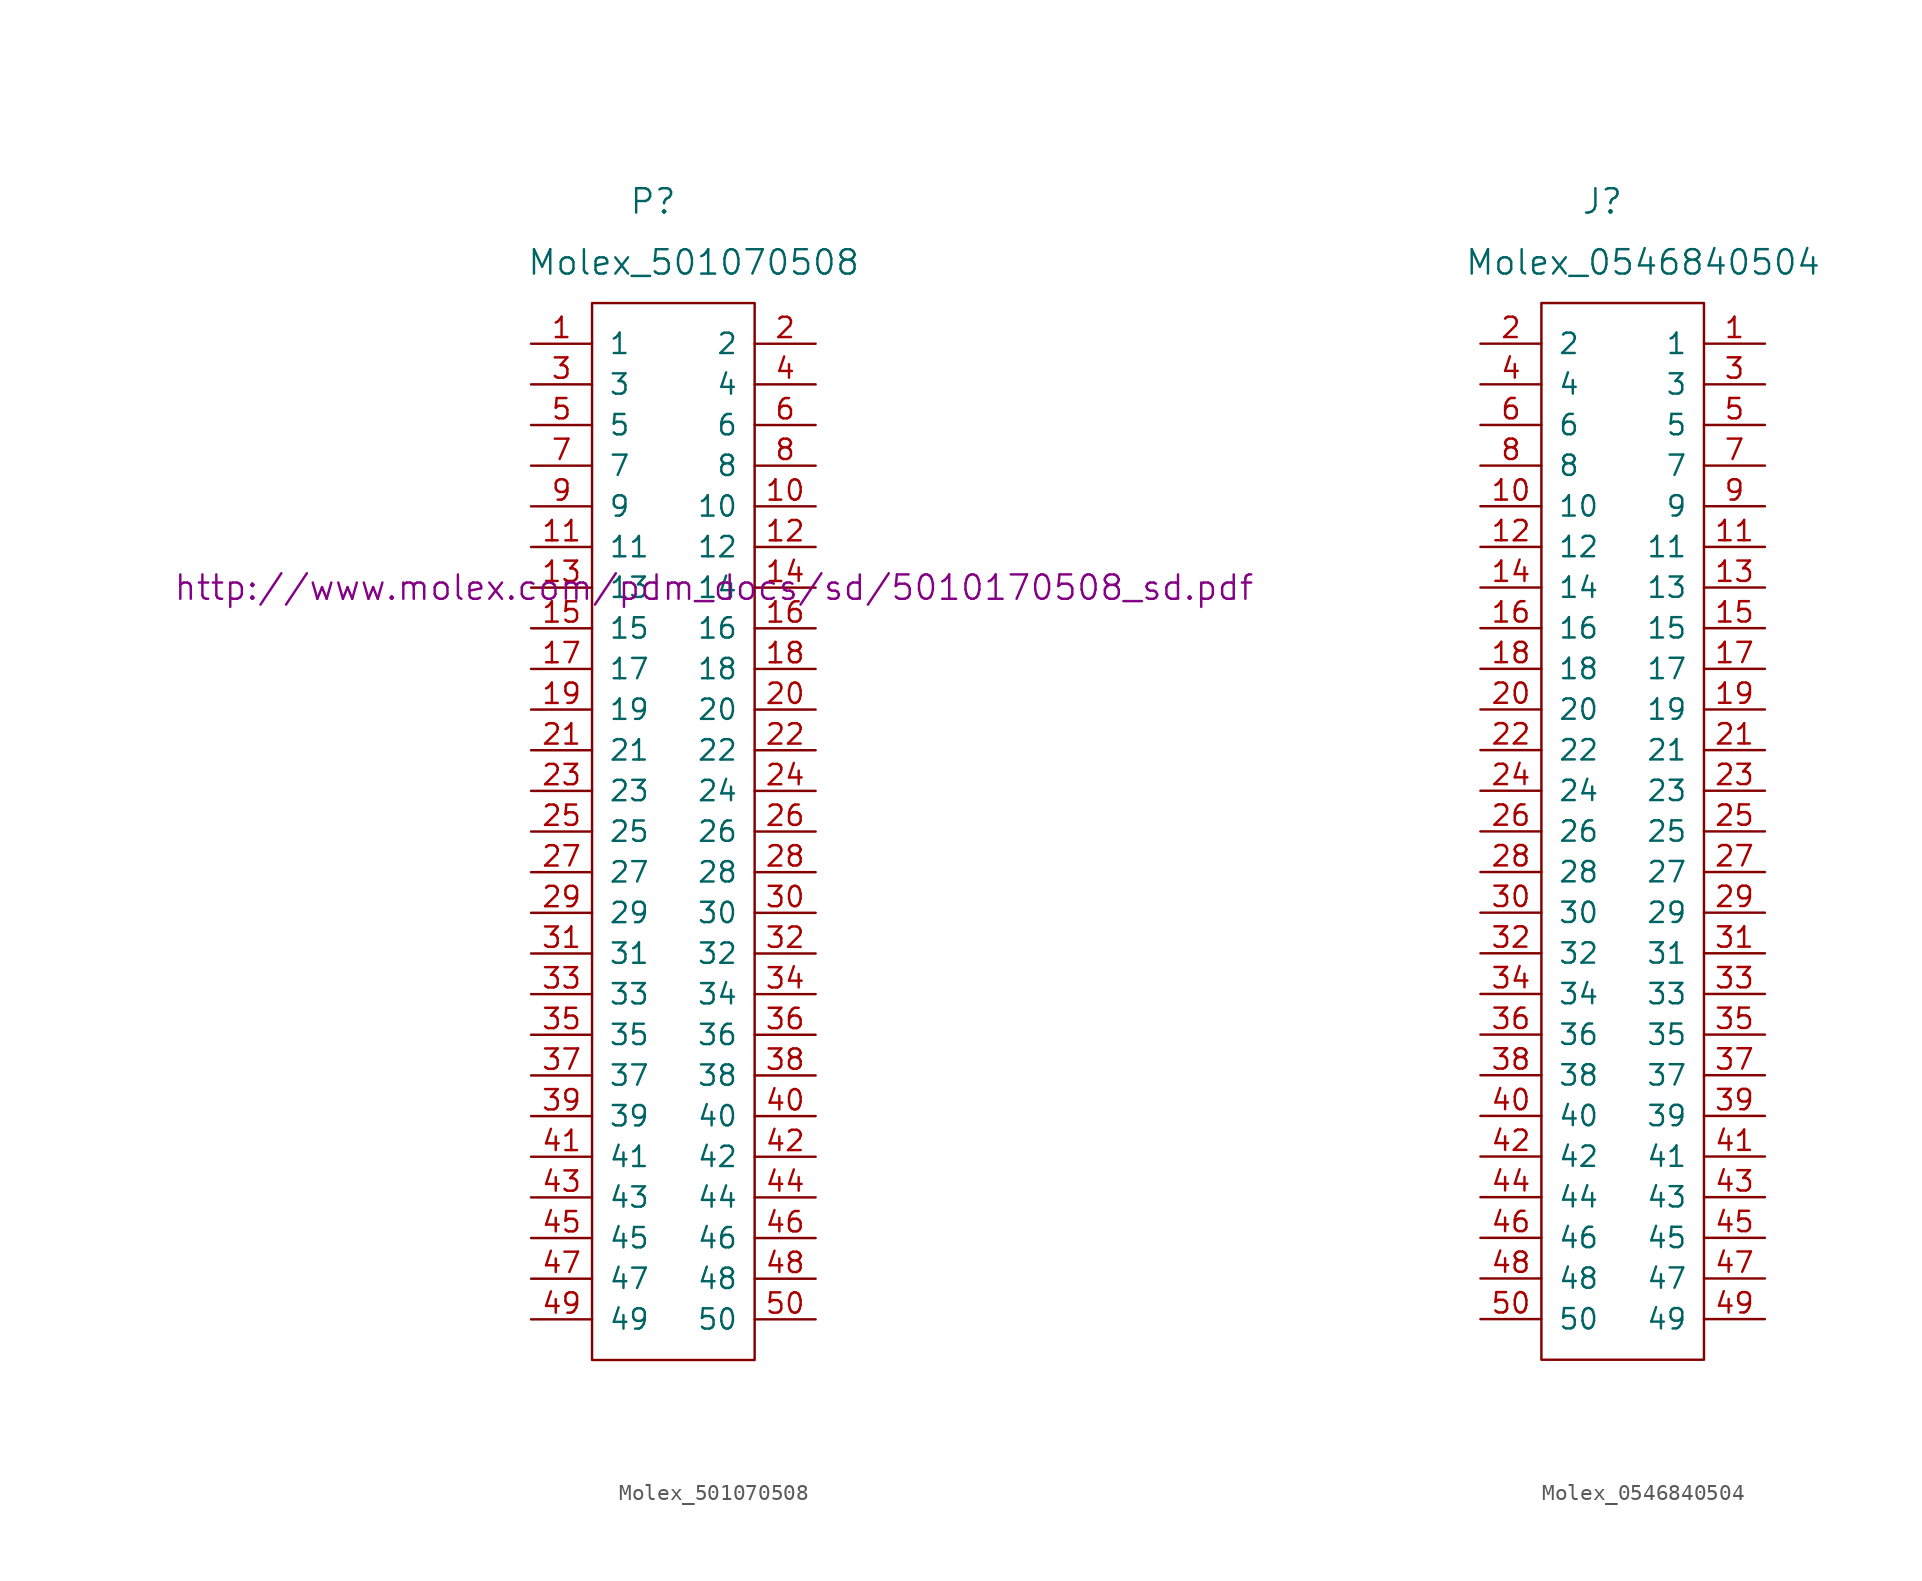
<source format=kicad_sym>
(kicad_symbol_lib
  (version 20231120)
  (generator "kicad_symbol_editor")
  (generator_version "8.0")
  (symbol "Molex_501070508"
    (pin_names
      (offset 1.016))
    (property "Reference" "P"
      (at -1.27 39.37 0)
      (effects (font (size 1.524 1.524))))
    (property "Value" "Molex_501070508"
      (at 1.27 35.56 0)
      (effects (font (size 1.524 1.524))))
    (property "Footprint" ""
      (at 2.54 15.24 0)
      (effects (font (size 1.524 1.524))))
    (property "Datasheet" "http://www.molex.com/pdm_docs/sd/5010170508_sd.pdf"
      (at 2.54 15.24 0)
      (effects (font (size 1.524 1.524))))
    (symbol "Molex_501070508_0_1"
      (rectangle (start -5.08 33.02) (end 5.08 -33.02) (stroke (width 0) (type default)) (fill (type none))))
    (symbol "Molex_501070508_1_1"
      (pin input line (at -8.89 30.48 0) (length 3.81) (name "1" (effects (font (size 1.27 1.27)))) (number "1" (effects (font (size 1.27 1.27)))))
      (pin input line (at 8.89 20.32 180) (length 3.81) (name "10" (effects (font (size 1.27 1.27)))) (number "10" (effects (font (size 1.27 1.27)))))
      (pin input line (at -8.89 17.78 0) (length 3.81) (name "11" (effects (font (size 1.27 1.27)))) (number "11" (effects (font (size 1.27 1.27)))))
      (pin input line (at 8.89 17.78 180) (length 3.81) (name "12" (effects (font (size 1.27 1.27)))) (number "12" (effects (font (size 1.27 1.27)))))
      (pin input line (at -8.89 15.24 0) (length 3.81) (name "13" (effects (font (size 1.27 1.27)))) (number "13" (effects (font (size 1.27 1.27)))))
      (pin input line (at 8.89 15.24 180) (length 3.81) (name "14" (effects (font (size 1.27 1.27)))) (number "14" (effects (font (size 1.27 1.27)))))
      (pin input line (at -8.89 12.7 0) (length 3.81) (name "15" (effects (font (size 1.27 1.27)))) (number "15" (effects (font (size 1.27 1.27)))))
      (pin input line (at 8.89 12.7 180) (length 3.81) (name "16" (effects (font (size 1.27 1.27)))) (number "16" (effects (font (size 1.27 1.27)))))
      (pin input line (at -8.89 10.16 0) (length 3.81) (name "17" (effects (font (size 1.27 1.27)))) (number "17" (effects (font (size 1.27 1.27)))))
      (pin input line (at 8.89 10.16 180) (length 3.81) (name "18" (effects (font (size 1.27 1.27)))) (number "18" (effects (font (size 1.27 1.27)))))
      (pin input line (at -8.89 7.62 0) (length 3.81) (name "19" (effects (font (size 1.27 1.27)))) (number "19" (effects (font (size 1.27 1.27)))))
      (pin input line (at 8.89 30.48 180) (length 3.81) (name "2" (effects (font (size 1.27 1.27)))) (number "2" (effects (font (size 1.27 1.27)))))
      (pin input line (at 8.89 7.62 180) (length 3.81) (name "20" (effects (font (size 1.27 1.27)))) (number "20" (effects (font (size 1.27 1.27)))))
      (pin input line (at -8.89 5.08 0) (length 3.81) (name "21" (effects (font (size 1.27 1.27)))) (number "21" (effects (font (size 1.27 1.27)))))
      (pin input line (at 8.89 5.08 180) (length 3.81) (name "22" (effects (font (size 1.27 1.27)))) (number "22" (effects (font (size 1.27 1.27)))))
      (pin input line (at -8.89 2.54 0) (length 3.81) (name "23" (effects (font (size 1.27 1.27)))) (number "23" (effects (font (size 1.27 1.27)))))
      (pin input line (at 8.89 2.54 180) (length 3.81) (name "24" (effects (font (size 1.27 1.27)))) (number "24" (effects (font (size 1.27 1.27)))))
      (pin input line (at -8.89 0 0) (length 3.81) (name "25" (effects (font (size 1.27 1.27)))) (number "25" (effects (font (size 1.27 1.27)))))
      (pin input line (at 8.89 0 180) (length 3.81) (name "26" (effects (font (size 1.27 1.27)))) (number "26" (effects (font (size 1.27 1.27)))))
      (pin input line (at -8.89 -2.54 0) (length 3.81) (name "27" (effects (font (size 1.27 1.27)))) (number "27" (effects (font (size 1.27 1.27)))))
      (pin input line (at 8.89 -2.54 180) (length 3.81) (name "28" (effects (font (size 1.27 1.27)))) (number "28" (effects (font (size 1.27 1.27)))))
      (pin input line (at -8.89 -5.08 0) (length 3.81) (name "29" (effects (font (size 1.27 1.27)))) (number "29" (effects (font (size 1.27 1.27)))))
      (pin input line (at -8.89 27.94 0) (length 3.81) (name "3" (effects (font (size 1.27 1.27)))) (number "3" (effects (font (size 1.27 1.27)))))
      (pin input line (at 8.89 -5.08 180) (length 3.81) (name "30" (effects (font (size 1.27 1.27)))) (number "30" (effects (font (size 1.27 1.27)))))
      (pin input line (at -8.89 -7.62 0) (length 3.81) (name "31" (effects (font (size 1.27 1.27)))) (number "31" (effects (font (size 1.27 1.27)))))
      (pin input line (at 8.89 -7.62 180) (length 3.81) (name "32" (effects (font (size 1.27 1.27)))) (number "32" (effects (font (size 1.27 1.27)))))
      (pin input line (at -8.89 -10.16 0) (length 3.81) (name "33" (effects (font (size 1.27 1.27)))) (number "33" (effects (font (size 1.27 1.27)))))
      (pin input line (at 8.89 -10.16 180) (length 3.81) (name "34" (effects (font (size 1.27 1.27)))) (number "34" (effects (font (size 1.27 1.27)))))
      (pin input line (at -8.89 -12.7 0) (length 3.81) (name "35" (effects (font (size 1.27 1.27)))) (number "35" (effects (font (size 1.27 1.27)))))
      (pin input line (at 8.89 -12.7 180) (length 3.81) (name "36" (effects (font (size 1.27 1.27)))) (number "36" (effects (font (size 1.27 1.27)))))
      (pin input line (at -8.89 -15.24 0) (length 3.81) (name "37" (effects (font (size 1.27 1.27)))) (number "37" (effects (font (size 1.27 1.27)))))
      (pin input line (at 8.89 -15.24 180) (length 3.81) (name "38" (effects (font (size 1.27 1.27)))) (number "38" (effects (font (size 1.27 1.27)))))
      (pin input line (at -8.89 -17.78 0) (length 3.81) (name "39" (effects (font (size 1.27 1.27)))) (number "39" (effects (font (size 1.27 1.27)))))
      (pin input line (at 8.89 27.94 180) (length 3.81) (name "4" (effects (font (size 1.27 1.27)))) (number "4" (effects (font (size 1.27 1.27)))))
      (pin input line (at 8.89 -17.78 180) (length 3.81) (name "40" (effects (font (size 1.27 1.27)))) (number "40" (effects (font (size 1.27 1.27)))))
      (pin input line (at -8.89 -20.32 0) (length 3.81) (name "41" (effects (font (size 1.27 1.27)))) (number "41" (effects (font (size 1.27 1.27)))))
      (pin input line (at 8.89 -20.32 180) (length 3.81) (name "42" (effects (font (size 1.27 1.27)))) (number "42" (effects (font (size 1.27 1.27)))))
      (pin input line (at -8.89 -22.86 0) (length 3.81) (name "43" (effects (font (size 1.27 1.27)))) (number "43" (effects (font (size 1.27 1.27)))))
      (pin input line (at 8.89 -22.86 180) (length 3.81) (name "44" (effects (font (size 1.27 1.27)))) (number "44" (effects (font (size 1.27 1.27)))))
      (pin input line (at -8.89 -25.4 0) (length 3.81) (name "45" (effects (font (size 1.27 1.27)))) (number "45" (effects (font (size 1.27 1.27)))))
      (pin input line (at 8.89 -25.4 180) (length 3.81) (name "46" (effects (font (size 1.27 1.27)))) (number "46" (effects (font (size 1.27 1.27)))))
      (pin input line (at -8.89 -27.94 0) (length 3.81) (name "47" (effects (font (size 1.27 1.27)))) (number "47" (effects (font (size 1.27 1.27)))))
      (pin input line (at 8.89 -27.94 180) (length 3.81) (name "48" (effects (font (size 1.27 1.27)))) (number "48" (effects (font (size 1.27 1.27)))))
      (pin input line (at -8.89 -30.48 0) (length 3.81) (name "49" (effects (font (size 1.27 1.27)))) (number "49" (effects (font (size 1.27 1.27)))))
      (pin input line (at -8.89 25.4 0) (length 3.81) (name "5" (effects (font (size 1.27 1.27)))) (number "5" (effects (font (size 1.27 1.27)))))
      (pin input line (at 8.89 -30.48 180) (length 3.81) (name "50" (effects (font (size 1.27 1.27)))) (number "50" (effects (font (size 1.27 1.27)))))
      (pin input line (at 8.89 25.4 180) (length 3.81) (name "6" (effects (font (size 1.27 1.27)))) (number "6" (effects (font (size 1.27 1.27)))))
      (pin input line (at -8.89 22.86 0) (length 3.81) (name "7" (effects (font (size 1.27 1.27)))) (number "7" (effects (font (size 1.27 1.27)))))
      (pin input line (at 8.89 22.86 180) (length 3.81) (name "8" (effects (font (size 1.27 1.27)))) (number "8" (effects (font (size 1.27 1.27)))))
      (pin input line (at -8.89 20.32 0) (length 3.81) (name "9" (effects (font (size 1.27 1.27)))) (number "9" (effects (font (size 1.27 1.27)))))))
  (symbol "Molex_0546840504"
    (pin_names
      (offset 1.016))
    (property "Reference" "J"
      (at -1.27 39.37 0)
      (effects (font (size 1.524 1.524))))
    (property "Value" "Molex_0546840504"
      (at 1.27 35.56 0)
      (effects (font (size 1.524 1.524))))
    (property "Footprint" ""
      (at 2.54 15.24 0)
      (effects (font (size 1.524 1.524))))
    (property "Datasheet" ""
      (at 2.54 15.24 0)
      (effects (font (size 1.524 1.524))))
    (symbol "Molex_0546840504_0_1"
      (rectangle (start -5.08 33.02) (end 5.08 -33.02) (stroke (width 0) (type default)) (fill (type none))))
    (symbol "Molex_0546840504_1_1"
      (pin input line (at 8.89 30.48 180) (length 3.81) (name "1" (effects (font (size 1.27 1.27)))) (number "1" (effects (font (size 1.27 1.27)))))
      (pin input line (at -8.89 20.32 0) (length 3.81) (name "10" (effects (font (size 1.27 1.27)))) (number "10" (effects (font (size 1.27 1.27)))))
      (pin input line (at 8.89 17.78 180) (length 3.81) (name "11" (effects (font (size 1.27 1.27)))) (number "11" (effects (font (size 1.27 1.27)))))
      (pin input line (at -8.89 17.78 0) (length 3.81) (name "12" (effects (font (size 1.27 1.27)))) (number "12" (effects (font (size 1.27 1.27)))))
      (pin input line (at 8.89 15.24 180) (length 3.81) (name "13" (effects (font (size 1.27 1.27)))) (number "13" (effects (font (size 1.27 1.27)))))
      (pin input line (at -8.89 15.24 0) (length 3.81) (name "14" (effects (font (size 1.27 1.27)))) (number "14" (effects (font (size 1.27 1.27)))))
      (pin input line (at 8.89 12.7 180) (length 3.81) (name "15" (effects (font (size 1.27 1.27)))) (number "15" (effects (font (size 1.27 1.27)))))
      (pin input line (at -8.89 12.7 0) (length 3.81) (name "16" (effects (font (size 1.27 1.27)))) (number "16" (effects (font (size 1.27 1.27)))))
      (pin input line (at 8.89 10.16 180) (length 3.81) (name "17" (effects (font (size 1.27 1.27)))) (number "17" (effects (font (size 1.27 1.27)))))
      (pin input line (at -8.89 10.16 0) (length 3.81) (name "18" (effects (font (size 1.27 1.27)))) (number "18" (effects (font (size 1.27 1.27)))))
      (pin input line (at 8.89 7.62 180) (length 3.81) (name "19" (effects (font (size 1.27 1.27)))) (number "19" (effects (font (size 1.27 1.27)))))
      (pin input line (at -8.89 30.48 0) (length 3.81) (name "2" (effects (font (size 1.27 1.27)))) (number "2" (effects (font (size 1.27 1.27)))))
      (pin input line (at -8.89 7.62 0) (length 3.81) (name "20" (effects (font (size 1.27 1.27)))) (number "20" (effects (font (size 1.27 1.27)))))
      (pin input line (at 8.89 5.08 180) (length 3.81) (name "21" (effects (font (size 1.27 1.27)))) (number "21" (effects (font (size 1.27 1.27)))))
      (pin input line (at -8.89 5.08 0) (length 3.81) (name "22" (effects (font (size 1.27 1.27)))) (number "22" (effects (font (size 1.27 1.27)))))
      (pin input line (at 8.89 2.54 180) (length 3.81) (name "23" (effects (font (size 1.27 1.27)))) (number "23" (effects (font (size 1.27 1.27)))))
      (pin input line (at -8.89 2.54 0) (length 3.81) (name "24" (effects (font (size 1.27 1.27)))) (number "24" (effects (font (size 1.27 1.27)))))
      (pin input line (at 8.89 0 180) (length 3.81) (name "25" (effects (font (size 1.27 1.27)))) (number "25" (effects (font (size 1.27 1.27)))))
      (pin input line (at -8.89 0 0) (length 3.81) (name "26" (effects (font (size 1.27 1.27)))) (number "26" (effects (font (size 1.27 1.27)))))
      (pin input line (at 8.89 -2.54 180) (length 3.81) (name "27" (effects (font (size 1.27 1.27)))) (number "27" (effects (font (size 1.27 1.27)))))
      (pin input line (at -8.89 -2.54 0) (length 3.81) (name "28" (effects (font (size 1.27 1.27)))) (number "28" (effects (font (size 1.27 1.27)))))
      (pin input line (at 8.89 -5.08 180) (length 3.81) (name "29" (effects (font (size 1.27 1.27)))) (number "29" (effects (font (size 1.27 1.27)))))
      (pin input line (at 8.89 27.94 180) (length 3.81) (name "3" (effects (font (size 1.27 1.27)))) (number "3" (effects (font (size 1.27 1.27)))))
      (pin input line (at -8.89 -5.08 0) (length 3.81) (name "30" (effects (font (size 1.27 1.27)))) (number "30" (effects (font (size 1.27 1.27)))))
      (pin input line (at 8.89 -7.62 180) (length 3.81) (name "31" (effects (font (size 1.27 1.27)))) (number "31" (effects (font (size 1.27 1.27)))))
      (pin input line (at -8.89 -7.62 0) (length 3.81) (name "32" (effects (font (size 1.27 1.27)))) (number "32" (effects (font (size 1.27 1.27)))))
      (pin input line (at 8.89 -10.16 180) (length 3.81) (name "33" (effects (font (size 1.27 1.27)))) (number "33" (effects (font (size 1.27 1.27)))))
      (pin input line (at -8.89 -10.16 0) (length 3.81) (name "34" (effects (font (size 1.27 1.27)))) (number "34" (effects (font (size 1.27 1.27)))))
      (pin input line (at 8.89 -12.7 180) (length 3.81) (name "35" (effects (font (size 1.27 1.27)))) (number "35" (effects (font (size 1.27 1.27)))))
      (pin input line (at -8.89 -12.7 0) (length 3.81) (name "36" (effects (font (size 1.27 1.27)))) (number "36" (effects (font (size 1.27 1.27)))))
      (pin input line (at 8.89 -15.24 180) (length 3.81) (name "37" (effects (font (size 1.27 1.27)))) (number "37" (effects (font (size 1.27 1.27)))))
      (pin input line (at -8.89 -15.24 0) (length 3.81) (name "38" (effects (font (size 1.27 1.27)))) (number "38" (effects (font (size 1.27 1.27)))))
      (pin input line (at 8.89 -17.78 180) (length 3.81) (name "39" (effects (font (size 1.27 1.27)))) (number "39" (effects (font (size 1.27 1.27)))))
      (pin input line (at -8.89 27.94 0) (length 3.81) (name "4" (effects (font (size 1.27 1.27)))) (number "4" (effects (font (size 1.27 1.27)))))
      (pin input line (at -8.89 -17.78 0) (length 3.81) (name "40" (effects (font (size 1.27 1.27)))) (number "40" (effects (font (size 1.27 1.27)))))
      (pin input line (at 8.89 -20.32 180) (length 3.81) (name "41" (effects (font (size 1.27 1.27)))) (number "41" (effects (font (size 1.27 1.27)))))
      (pin input line (at -8.89 -20.32 0) (length 3.81) (name "42" (effects (font (size 1.27 1.27)))) (number "42" (effects (font (size 1.27 1.27)))))
      (pin input line (at 8.89 -22.86 180) (length 3.81) (name "43" (effects (font (size 1.27 1.27)))) (number "43" (effects (font (size 1.27 1.27)))))
      (pin input line (at -8.89 -22.86 0) (length 3.81) (name "44" (effects (font (size 1.27 1.27)))) (number "44" (effects (font (size 1.27 1.27)))))
      (pin input line (at 8.89 -25.4 180) (length 3.81) (name "45" (effects (font (size 1.27 1.27)))) (number "45" (effects (font (size 1.27 1.27)))))
      (pin input line (at -8.89 -25.4 0) (length 3.81) (name "46" (effects (font (size 1.27 1.27)))) (number "46" (effects (font (size 1.27 1.27)))))
      (pin input line (at 8.89 -27.94 180) (length 3.81) (name "47" (effects (font (size 1.27 1.27)))) (number "47" (effects (font (size 1.27 1.27)))))
      (pin input line (at -8.89 -27.94 0) (length 3.81) (name "48" (effects (font (size 1.27 1.27)))) (number "48" (effects (font (size 1.27 1.27)))))
      (pin input line (at 8.89 -30.48 180) (length 3.81) (name "49" (effects (font (size 1.27 1.27)))) (number "49" (effects (font (size 1.27 1.27)))))
      (pin input line (at 8.89 25.4 180) (length 3.81) (name "5" (effects (font (size 1.27 1.27)))) (number "5" (effects (font (size 1.27 1.27)))))
      (pin input line (at -8.89 -30.48 0) (length 3.81) (name "50" (effects (font (size 1.27 1.27)))) (number "50" (effects (font (size 1.27 1.27)))))
      (pin input line (at -8.89 25.4 0) (length 3.81) (name "6" (effects (font (size 1.27 1.27)))) (number "6" (effects (font (size 1.27 1.27)))))
      (pin input line (at 8.89 22.86 180) (length 3.81) (name "7" (effects (font (size 1.27 1.27)))) (number "7" (effects (font (size 1.27 1.27)))))
      (pin input line (at -8.89 22.86 0) (length 3.81) (name "8" (effects (font (size 1.27 1.27)))) (number "8" (effects (font (size 1.27 1.27)))))
      (pin input line (at 8.89 20.32 180) (length 3.81) (name "9" (effects (font (size 1.27 1.27)))) (number "9" (effects (font (size 1.27 1.27))))))))
</source>
